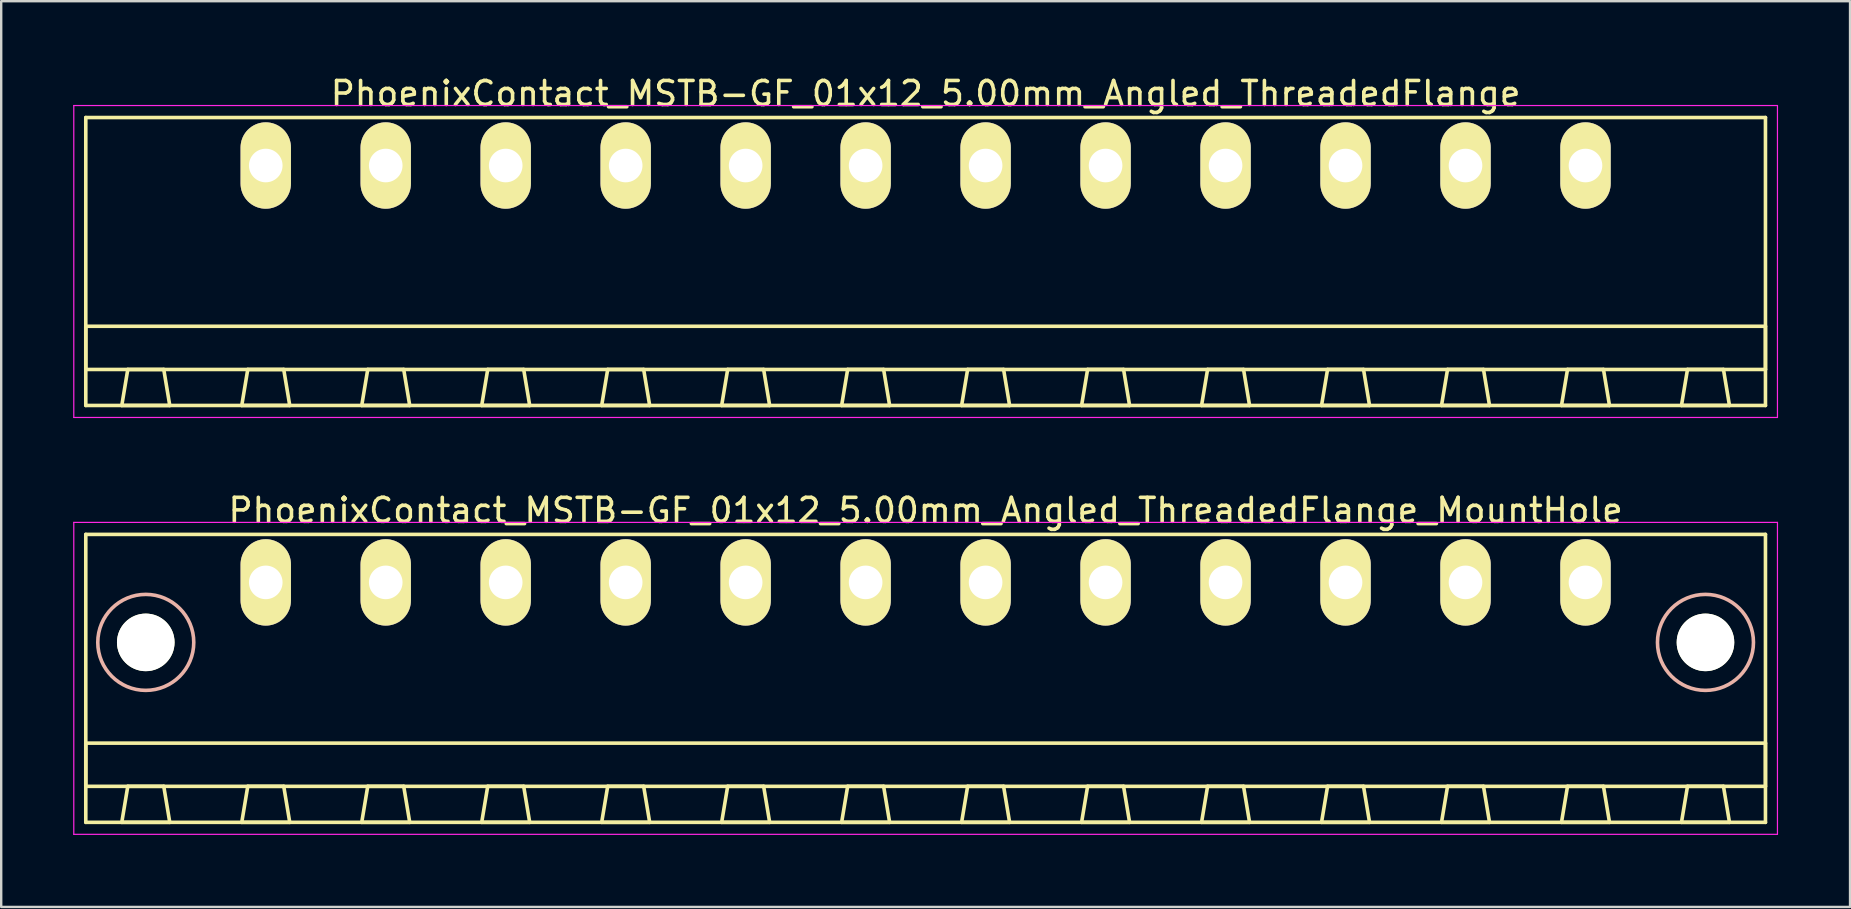
<source format=kicad_pcb>
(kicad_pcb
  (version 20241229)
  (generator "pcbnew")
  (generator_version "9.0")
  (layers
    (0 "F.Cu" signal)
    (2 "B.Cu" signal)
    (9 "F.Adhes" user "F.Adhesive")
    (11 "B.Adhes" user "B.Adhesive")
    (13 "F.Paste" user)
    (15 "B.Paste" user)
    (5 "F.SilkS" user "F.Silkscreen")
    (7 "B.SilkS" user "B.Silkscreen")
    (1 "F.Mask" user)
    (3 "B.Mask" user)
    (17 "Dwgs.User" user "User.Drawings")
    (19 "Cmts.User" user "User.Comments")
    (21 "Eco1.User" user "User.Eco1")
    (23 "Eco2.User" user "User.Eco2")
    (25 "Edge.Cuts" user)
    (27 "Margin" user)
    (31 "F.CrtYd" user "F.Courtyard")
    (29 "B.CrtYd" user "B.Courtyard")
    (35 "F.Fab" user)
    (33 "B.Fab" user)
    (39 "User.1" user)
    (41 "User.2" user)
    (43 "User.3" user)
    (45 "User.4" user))
  (footprint "PhoenixContact_MSTB-GF_01x12_5.00mm_Angled_ThreadedFlange_MountHole"
    (layer "F.Cu")
    (at 8.025 21.221)
    (property "Reference" "PhoenixContact_MSTB-GF_01x12_5.00mm_Angled_ThreadedFlange_MountHole" (at 27.5 -3 0) (layer "F.SilkS") (effects (font (size 1 1) (thickness 0.15))))
    (attr through_hole)
    (fp_line (start -7.5 -2) (end -7.5 10) (stroke (width 0.15) (type solid)) (layer "F.SilkS"))
    (fp_line (start -7.5 6.7) (end 62.5 6.7) (stroke (width 0.15) (type solid)) (layer "F.SilkS"))
    (fp_line (start -7.5 8.5) (end -7.5 6.7) (stroke (width 0.15) (type solid)) (layer "F.SilkS"))
    (fp_line (start -7.5 10) (end 62.5 10) (stroke (width 0.15) (type solid)) (layer "F.SilkS"))
    (fp_line (start -6 10) (end -4 10) (stroke (width 0.15) (type solid)) (layer "F.SilkS"))
    (fp_line (start -5.75 8.5) (end -6 10) (stroke (width 0.15) (type solid)) (layer "F.SilkS"))
    (fp_line (start -4.25 8.5) (end -5.75 8.5) (stroke (width 0.15) (type solid)) (layer "F.SilkS"))
    (fp_line (start -4 10) (end -4.25 8.5) (stroke (width 0.15) (type solid)) (layer "F.SilkS"))
    (fp_line (start -1 10) (end 1 10) (stroke (width 0.15) (type solid)) (layer "F.SilkS"))
    (fp_line (start -0.75 8.5) (end -1 10) (stroke (width 0.15) (type solid)) (layer "F.SilkS"))
    (fp_line (start 0.75 8.5) (end -0.75 8.5) (stroke (width 0.15) (type solid)) (layer "F.SilkS"))
    (fp_line (start 1 10) (end 0.75 8.5) (stroke (width 0.15) (type solid)) (layer "F.SilkS"))
    (fp_line (start 4 10) (end 6 10) (stroke (width 0.15) (type solid)) (layer "F.SilkS"))
    (fp_line (start 4.25 8.5) (end 4 10) (stroke (width 0.15) (type solid)) (layer "F.SilkS"))
    (fp_line (start 5.75 8.5) (end 4.25 8.5) (stroke (width 0.15) (type solid)) (layer "F.SilkS"))
    (fp_line (start 6 10) (end 5.75 8.5) (stroke (width 0.15) (type solid)) (layer "F.SilkS"))
    (fp_line (start 9 10) (end 11 10) (stroke (width 0.15) (type solid)) (layer "F.SilkS"))
    (fp_line (start 9.25 8.5) (end 9 10) (stroke (width 0.15) (type solid)) (layer "F.SilkS"))
    (fp_line (start 10.75 8.5) (end 9.25 8.5) (stroke (width 0.15) (type solid)) (layer "F.SilkS"))
    (fp_line (start 11 10) (end 10.75 8.5) (stroke (width 0.15) (type solid)) (layer "F.SilkS"))
    (fp_line (start 14 10) (end 16 10) (stroke (width 0.15) (type solid)) (layer "F.SilkS"))
    (fp_line (start 14.25 8.5) (end 14 10) (stroke (width 0.15) (type solid)) (layer "F.SilkS"))
    (fp_line (start 15.75 8.5) (end 14.25 8.5) (stroke (width 0.15) (type solid)) (layer "F.SilkS"))
    (fp_line (start 16 10) (end 15.75 8.5) (stroke (width 0.15) (type solid)) (layer "F.SilkS"))
    (fp_line (start 19 10) (end 21 10) (stroke (width 0.15) (type solid)) (layer "F.SilkS"))
    (fp_line (start 19.25 8.5) (end 19 10) (stroke (width 0.15) (type solid)) (layer "F.SilkS"))
    (fp_line (start 20.75 8.5) (end 19.25 8.5) (stroke (width 0.15) (type solid)) (layer "F.SilkS"))
    (fp_line (start 21 10) (end 20.75 8.5) (stroke (width 0.15) (type solid)) (layer "F.SilkS"))
    (fp_line (start 24 10) (end 26 10) (stroke (width 0.15) (type solid)) (layer "F.SilkS"))
    (fp_line (start 24.25 8.5) (end 24 10) (stroke (width 0.15) (type solid)) (layer "F.SilkS"))
    (fp_line (start 25.75 8.5) (end 24.25 8.5) (stroke (width 0.15) (type solid)) (layer "F.SilkS"))
    (fp_line (start 26 10) (end 25.75 8.5) (stroke (width 0.15) (type solid)) (layer "F.SilkS"))
    (fp_line (start 29 10) (end 31 10) (stroke (width 0.15) (type solid)) (layer "F.SilkS"))
    (fp_line (start 29.25 8.5) (end 29 10) (stroke (width 0.15) (type solid)) (layer "F.SilkS"))
    (fp_line (start 30.75 8.5) (end 29.25 8.5) (stroke (width 0.15) (type solid)) (layer "F.SilkS"))
    (fp_line (start 31 10) (end 30.75 8.5) (stroke (width 0.15) (type solid)) (layer "F.SilkS"))
    (fp_line (start 34 10) (end 36 10) (stroke (width 0.15) (type solid)) (layer "F.SilkS"))
    (fp_line (start 34.25 8.5) (end 34 10) (stroke (width 0.15) (type solid)) (layer "F.SilkS"))
    (fp_line (start 35.75 8.5) (end 34.25 8.5) (stroke (width 0.15) (type solid)) (layer "F.SilkS"))
    (fp_line (start 36 10) (end 35.75 8.5) (stroke (width 0.15) (type solid)) (layer "F.SilkS"))
    (fp_line (start 39 10) (end 41 10) (stroke (width 0.15) (type solid)) (layer "F.SilkS"))
    (fp_line (start 39.25 8.5) (end 39 10) (stroke (width 0.15) (type solid)) (layer "F.SilkS"))
    (fp_line (start 40.75 8.5) (end 39.25 8.5) (stroke (width 0.15) (type solid)) (layer "F.SilkS"))
    (fp_line (start 41 10) (end 40.75 8.5) (stroke (width 0.15) (type solid)) (layer "F.SilkS"))
    (fp_line (start 44 10) (end 46 10) (stroke (width 0.15) (type solid)) (layer "F.SilkS"))
    (fp_line (start 44.25 8.5) (end 44 10) (stroke (width 0.15) (type solid)) (layer "F.SilkS"))
    (fp_line (start 45.75 8.5) (end 44.25 8.5) (stroke (width 0.15) (type solid)) (layer "F.SilkS"))
    (fp_line (start 46 10) (end 45.75 8.5) (stroke (width 0.15) (type solid)) (layer "F.SilkS"))
    (fp_line (start 49 10) (end 51 10) (stroke (width 0.15) (type solid)) (layer "F.SilkS"))
    (fp_line (start 49.25 8.5) (end 49 10) (stroke (width 0.15) (type solid)) (layer "F.SilkS"))
    (fp_line (start 50.75 8.5) (end 49.25 8.5) (stroke (width 0.15) (type solid)) (layer "F.SilkS"))
    (fp_line (start 51 10) (end 50.75 8.5) (stroke (width 0.15) (type solid)) (layer "F.SilkS"))
    (fp_line (start 54 10) (end 56 10) (stroke (width 0.15) (type solid)) (layer "F.SilkS"))
    (fp_line (start 54.25 8.5) (end 54 10) (stroke (width 0.15) (type solid)) (layer "F.SilkS"))
    (fp_line (start 55.75 8.5) (end 54.25 8.5) (stroke (width 0.15) (type solid)) (layer "F.SilkS"))
    (fp_line (start 56 10) (end 55.75 8.5) (stroke (width 0.15) (type solid)) (layer "F.SilkS"))
    (fp_line (start 59 10) (end 61 10) (stroke (width 0.15) (type solid)) (layer "F.SilkS"))
    (fp_line (start 59.25 8.5) (end 59 10) (stroke (width 0.15) (type solid)) (layer "F.SilkS"))
    (fp_line (start 60.75 8.5) (end 59.25 8.5) (stroke (width 0.15) (type solid)) (layer "F.SilkS"))
    (fp_line (start 61 10) (end 60.75 8.5) (stroke (width 0.15) (type solid)) (layer "F.SilkS"))
    (fp_line (start 62.5 -2) (end -7.5 -2) (stroke (width 0.15) (type solid)) (layer "F.SilkS"))
    (fp_line (start 62.5 6.7) (end 62.5 8.5) (stroke (width 0.15) (type solid)) (layer "F.SilkS"))
    (fp_line (start 62.5 8.5) (end -7.5 8.5) (stroke (width 0.15) (type solid)) (layer "F.SilkS"))
    (fp_line (start 62.5 10) (end 62.5 -2) (stroke (width 0.15) (type solid)) (layer "F.SilkS"))
    (fp_circle (center -5 2.5) (end -3 2.5) (stroke (width 0.15) (type solid)) (fill no) (layer "B.SilkS"))
    (fp_circle (center 60 2.5) (end 62 2.5) (stroke (width 0.15) (type solid)) (fill no) (layer "B.SilkS"))
    (fp_line (start -8 -2.5) (end -8 10.5) (stroke (width 0.05) (type solid)) (layer "F.CrtYd"))
    (fp_line (start -8 10.5) (end 63 10.5) (stroke (width 0.05) (type solid)) (layer "F.CrtYd"))
    (fp_line (start 63 -2.5) (end -8 -2.5) (stroke (width 0.05) (type solid)) (layer "F.CrtYd"))
    (fp_line (start 63 10.5) (end 63 -2.5) (stroke (width 0.05) (type solid)) (layer "F.CrtYd"))
    (pad "" np_thru_hole circle (at -5 2.5) (size 2.4 2.4) (drill 2.4) (layers "*.Cu" "*.Mask" "F.SilkS"))
    (pad "" np_thru_hole circle (at 60 2.5) (size 2.4 2.4) (drill 2.4) (layers "*.Cu" "*.Mask" "F.SilkS"))
    (pad "1" thru_hole oval (at 0 0) (size 2.1 3.6) (drill 1.4) (layers "*.Cu" "*.Mask" "F.SilkS"))
    (pad "2" thru_hole oval (at 5 0) (size 2.1 3.6) (drill 1.4) (layers "*.Cu" "*.Mask" "F.SilkS"))
    (pad "3" thru_hole oval (at 10 0) (size 2.1 3.6) (drill 1.4) (layers "*.Cu" "*.Mask" "F.SilkS"))
    (pad "4" thru_hole oval (at 15 0) (size 2.1 3.6) (drill 1.4) (layers "*.Cu" "*.Mask" "F.SilkS"))
    (pad "5" thru_hole oval (at 20 0) (size 2.1 3.6) (drill 1.4) (layers "*.Cu" "*.Mask" "F.SilkS"))
    (pad "6" thru_hole oval (at 25 0) (size 2.1 3.6) (drill 1.4) (layers "*.Cu" "*.Mask" "F.SilkS"))
    (pad "7" thru_hole oval (at 30 0) (size 2.1 3.6) (drill 1.4) (layers "*.Cu" "*.Mask" "F.SilkS"))
    (pad "8" thru_hole oval (at 35 0) (size 2.1 3.6) (drill 1.4) (layers "*.Cu" "*.Mask" "F.SilkS"))
    (pad "9" thru_hole oval (at 40 0) (size 2.1 3.6) (drill 1.4) (layers "*.Cu" "*.Mask" "F.SilkS"))
    (pad "10" thru_hole oval (at 45 0) (size 2.1 3.6) (drill 1.4) (layers "*.Cu" "*.Mask" "F.SilkS"))
    (pad "11" thru_hole oval (at 50 0) (size 2.1 3.6) (drill 1.4) (layers "*.Cu" "*.Mask" "F.SilkS"))
    (pad "12" thru_hole oval (at 55 0) (size 2.1 3.6) (drill 1.4) (layers "*.Cu" "*.Mask" "F.SilkS")))
  (footprint "PhoenixContact_MSTB-GF_01x12_5.00mm_Angled_ThreadedFlange"
    (layer "F.Cu")
    (at 8.025 3.848)
    (property "Reference" "PhoenixContact_MSTB-GF_01x12_5.00mm_Angled_ThreadedFlange" (at 27.5 -3 0) (layer "F.SilkS") (effects (font (size 1 1) (thickness 0.15))))
    (attr through_hole)
    (fp_line (start -7.5 -2) (end -7.5 10) (stroke (width 0.15) (type solid)) (layer "F.SilkS"))
    (fp_line (start -7.5 6.7) (end 62.5 6.7) (stroke (width 0.15) (type solid)) (layer "F.SilkS"))
    (fp_line (start -7.5 8.5) (end -7.5 6.7) (stroke (width 0.15) (type solid)) (layer "F.SilkS"))
    (fp_line (start -7.5 10) (end 62.5 10) (stroke (width 0.15) (type solid)) (layer "F.SilkS"))
    (fp_line (start -6 10) (end -4 10) (stroke (width 0.15) (type solid)) (layer "F.SilkS"))
    (fp_line (start -5.75 8.5) (end -6 10) (stroke (width 0.15) (type solid)) (layer "F.SilkS"))
    (fp_line (start -4.25 8.5) (end -5.75 8.5) (stroke (width 0.15) (type solid)) (layer "F.SilkS"))
    (fp_line (start -4 10) (end -4.25 8.5) (stroke (width 0.15) (type solid)) (layer "F.SilkS"))
    (fp_line (start -1 10) (end 1 10) (stroke (width 0.15) (type solid)) (layer "F.SilkS"))
    (fp_line (start -0.75 8.5) (end -1 10) (stroke (width 0.15) (type solid)) (layer "F.SilkS"))
    (fp_line (start 0.75 8.5) (end -0.75 8.5) (stroke (width 0.15) (type solid)) (layer "F.SilkS"))
    (fp_line (start 1 10) (end 0.75 8.5) (stroke (width 0.15) (type solid)) (layer "F.SilkS"))
    (fp_line (start 4 10) (end 6 10) (stroke (width 0.15) (type solid)) (layer "F.SilkS"))
    (fp_line (start 4.25 8.5) (end 4 10) (stroke (width 0.15) (type solid)) (layer "F.SilkS"))
    (fp_line (start 5.75 8.5) (end 4.25 8.5) (stroke (width 0.15) (type solid)) (layer "F.SilkS"))
    (fp_line (start 6 10) (end 5.75 8.5) (stroke (width 0.15) (type solid)) (layer "F.SilkS"))
    (fp_line (start 9 10) (end 11 10) (stroke (width 0.15) (type solid)) (layer "F.SilkS"))
    (fp_line (start 9.25 8.5) (end 9 10) (stroke (width 0.15) (type solid)) (layer "F.SilkS"))
    (fp_line (start 10.75 8.5) (end 9.25 8.5) (stroke (width 0.15) (type solid)) (layer "F.SilkS"))
    (fp_line (start 11 10) (end 10.75 8.5) (stroke (width 0.15) (type solid)) (layer "F.SilkS"))
    (fp_line (start 14 10) (end 16 10) (stroke (width 0.15) (type solid)) (layer "F.SilkS"))
    (fp_line (start 14.25 8.5) (end 14 10) (stroke (width 0.15) (type solid)) (layer "F.SilkS"))
    (fp_line (start 15.75 8.5) (end 14.25 8.5) (stroke (width 0.15) (type solid)) (layer "F.SilkS"))
    (fp_line (start 16 10) (end 15.75 8.5) (stroke (width 0.15) (type solid)) (layer "F.SilkS"))
    (fp_line (start 19 10) (end 21 10) (stroke (width 0.15) (type solid)) (layer "F.SilkS"))
    (fp_line (start 19.25 8.5) (end 19 10) (stroke (width 0.15) (type solid)) (layer "F.SilkS"))
    (fp_line (start 20.75 8.5) (end 19.25 8.5) (stroke (width 0.15) (type solid)) (layer "F.SilkS"))
    (fp_line (start 21 10) (end 20.75 8.5) (stroke (width 0.15) (type solid)) (layer "F.SilkS"))
    (fp_line (start 24 10) (end 26 10) (stroke (width 0.15) (type solid)) (layer "F.SilkS"))
    (fp_line (start 24.25 8.5) (end 24 10) (stroke (width 0.15) (type solid)) (layer "F.SilkS"))
    (fp_line (start 25.75 8.5) (end 24.25 8.5) (stroke (width 0.15) (type solid)) (layer "F.SilkS"))
    (fp_line (start 26 10) (end 25.75 8.5) (stroke (width 0.15) (type solid)) (layer "F.SilkS"))
    (fp_line (start 29 10) (end 31 10) (stroke (width 0.15) (type solid)) (layer "F.SilkS"))
    (fp_line (start 29.25 8.5) (end 29 10) (stroke (width 0.15) (type solid)) (layer "F.SilkS"))
    (fp_line (start 30.75 8.5) (end 29.25 8.5) (stroke (width 0.15) (type solid)) (layer "F.SilkS"))
    (fp_line (start 31 10) (end 30.75 8.5) (stroke (width 0.15) (type solid)) (layer "F.SilkS"))
    (fp_line (start 34 10) (end 36 10) (stroke (width 0.15) (type solid)) (layer "F.SilkS"))
    (fp_line (start 34.25 8.5) (end 34 10) (stroke (width 0.15) (type solid)) (layer "F.SilkS"))
    (fp_line (start 35.75 8.5) (end 34.25 8.5) (stroke (width 0.15) (type solid)) (layer "F.SilkS"))
    (fp_line (start 36 10) (end 35.75 8.5) (stroke (width 0.15) (type solid)) (layer "F.SilkS"))
    (fp_line (start 39 10) (end 41 10) (stroke (width 0.15) (type solid)) (layer "F.SilkS"))
    (fp_line (start 39.25 8.5) (end 39 10) (stroke (width 0.15) (type solid)) (layer "F.SilkS"))
    (fp_line (start 40.75 8.5) (end 39.25 8.5) (stroke (width 0.15) (type solid)) (layer "F.SilkS"))
    (fp_line (start 41 10) (end 40.75 8.5) (stroke (width 0.15) (type solid)) (layer "F.SilkS"))
    (fp_line (start 44 10) (end 46 10) (stroke (width 0.15) (type solid)) (layer "F.SilkS"))
    (fp_line (start 44.25 8.5) (end 44 10) (stroke (width 0.15) (type solid)) (layer "F.SilkS"))
    (fp_line (start 45.75 8.5) (end 44.25 8.5) (stroke (width 0.15) (type solid)) (layer "F.SilkS"))
    (fp_line (start 46 10) (end 45.75 8.5) (stroke (width 0.15) (type solid)) (layer "F.SilkS"))
    (fp_line (start 49 10) (end 51 10) (stroke (width 0.15) (type solid)) (layer "F.SilkS"))
    (fp_line (start 49.25 8.5) (end 49 10) (stroke (width 0.15) (type solid)) (layer "F.SilkS"))
    (fp_line (start 50.75 8.5) (end 49.25 8.5) (stroke (width 0.15) (type solid)) (layer "F.SilkS"))
    (fp_line (start 51 10) (end 50.75 8.5) (stroke (width 0.15) (type solid)) (layer "F.SilkS"))
    (fp_line (start 54 10) (end 56 10) (stroke (width 0.15) (type solid)) (layer "F.SilkS"))
    (fp_line (start 54.25 8.5) (end 54 10) (stroke (width 0.15) (type solid)) (layer "F.SilkS"))
    (fp_line (start 55.75 8.5) (end 54.25 8.5) (stroke (width 0.15) (type solid)) (layer "F.SilkS"))
    (fp_line (start 56 10) (end 55.75 8.5) (stroke (width 0.15) (type solid)) (layer "F.SilkS"))
    (fp_line (start 59 10) (end 61 10) (stroke (width 0.15) (type solid)) (layer "F.SilkS"))
    (fp_line (start 59.25 8.5) (end 59 10) (stroke (width 0.15) (type solid)) (layer "F.SilkS"))
    (fp_line (start 60.75 8.5) (end 59.25 8.5) (stroke (width 0.15) (type solid)) (layer "F.SilkS"))
    (fp_line (start 61 10) (end 60.75 8.5) (stroke (width 0.15) (type solid)) (layer "F.SilkS"))
    (fp_line (start 62.5 -2) (end -7.5 -2) (stroke (width 0.15) (type solid)) (layer "F.SilkS"))
    (fp_line (start 62.5 6.7) (end 62.5 8.5) (stroke (width 0.15) (type solid)) (layer "F.SilkS"))
    (fp_line (start 62.5 8.5) (end -7.5 8.5) (stroke (width 0.15) (type solid)) (layer "F.SilkS"))
    (fp_line (start 62.5 10) (end 62.5 -2) (stroke (width 0.15) (type solid)) (layer "F.SilkS"))
    (fp_line (start -8 -2.5) (end -8 10.5) (stroke (width 0.05) (type solid)) (layer "F.CrtYd"))
    (fp_line (start -8 10.5) (end 63 10.5) (stroke (width 0.05) (type solid)) (layer "F.CrtYd"))
    (fp_line (start 63 -2.5) (end -8 -2.5) (stroke (width 0.05) (type solid)) (layer "F.CrtYd"))
    (fp_line (start 63 10.5) (end 63 -2.5) (stroke (width 0.05) (type solid)) (layer "F.CrtYd"))
    (pad "1" thru_hole oval (at 0 0) (size 2.1 3.6) (drill 1.4) (layers "*.Cu" "*.Mask" "F.SilkS"))
    (pad "2" thru_hole oval (at 5 0) (size 2.1 3.6) (drill 1.4) (layers "*.Cu" "*.Mask" "F.SilkS"))
    (pad "3" thru_hole oval (at 10 0) (size 2.1 3.6) (drill 1.4) (layers "*.Cu" "*.Mask" "F.SilkS"))
    (pad "4" thru_hole oval (at 15 0) (size 2.1 3.6) (drill 1.4) (layers "*.Cu" "*.Mask" "F.SilkS"))
    (pad "5" thru_hole oval (at 20 0) (size 2.1 3.6) (drill 1.4) (layers "*.Cu" "*.Mask" "F.SilkS"))
    (pad "6" thru_hole oval (at 25 0) (size 2.1 3.6) (drill 1.4) (layers "*.Cu" "*.Mask" "F.SilkS"))
    (pad "7" thru_hole oval (at 30 0) (size 2.1 3.6) (drill 1.4) (layers "*.Cu" "*.Mask" "F.SilkS"))
    (pad "8" thru_hole oval (at 35 0) (size 2.1 3.6) (drill 1.4) (layers "*.Cu" "*.Mask" "F.SilkS"))
    (pad "9" thru_hole oval (at 40 0) (size 2.1 3.6) (drill 1.4) (layers "*.Cu" "*.Mask" "F.SilkS"))
    (pad "10" thru_hole oval (at 45 0) (size 2.1 3.6) (drill 1.4) (layers "*.Cu" "*.Mask" "F.SilkS"))
    (pad "11" thru_hole oval (at 50 0) (size 2.1 3.6) (drill 1.4) (layers "*.Cu" "*.Mask" "F.SilkS"))
    (pad "12" thru_hole oval (at 55 0) (size 2.1 3.6) (drill 1.4) (layers "*.Cu" "*.Mask" "F.SilkS")))
  (gr_rect
    (start -3 -3)
    (end 74.05 34.746)
    (stroke (width 0.1) (type default))
    (fill no)
    (layer "Edge.Cuts")))
</source>
